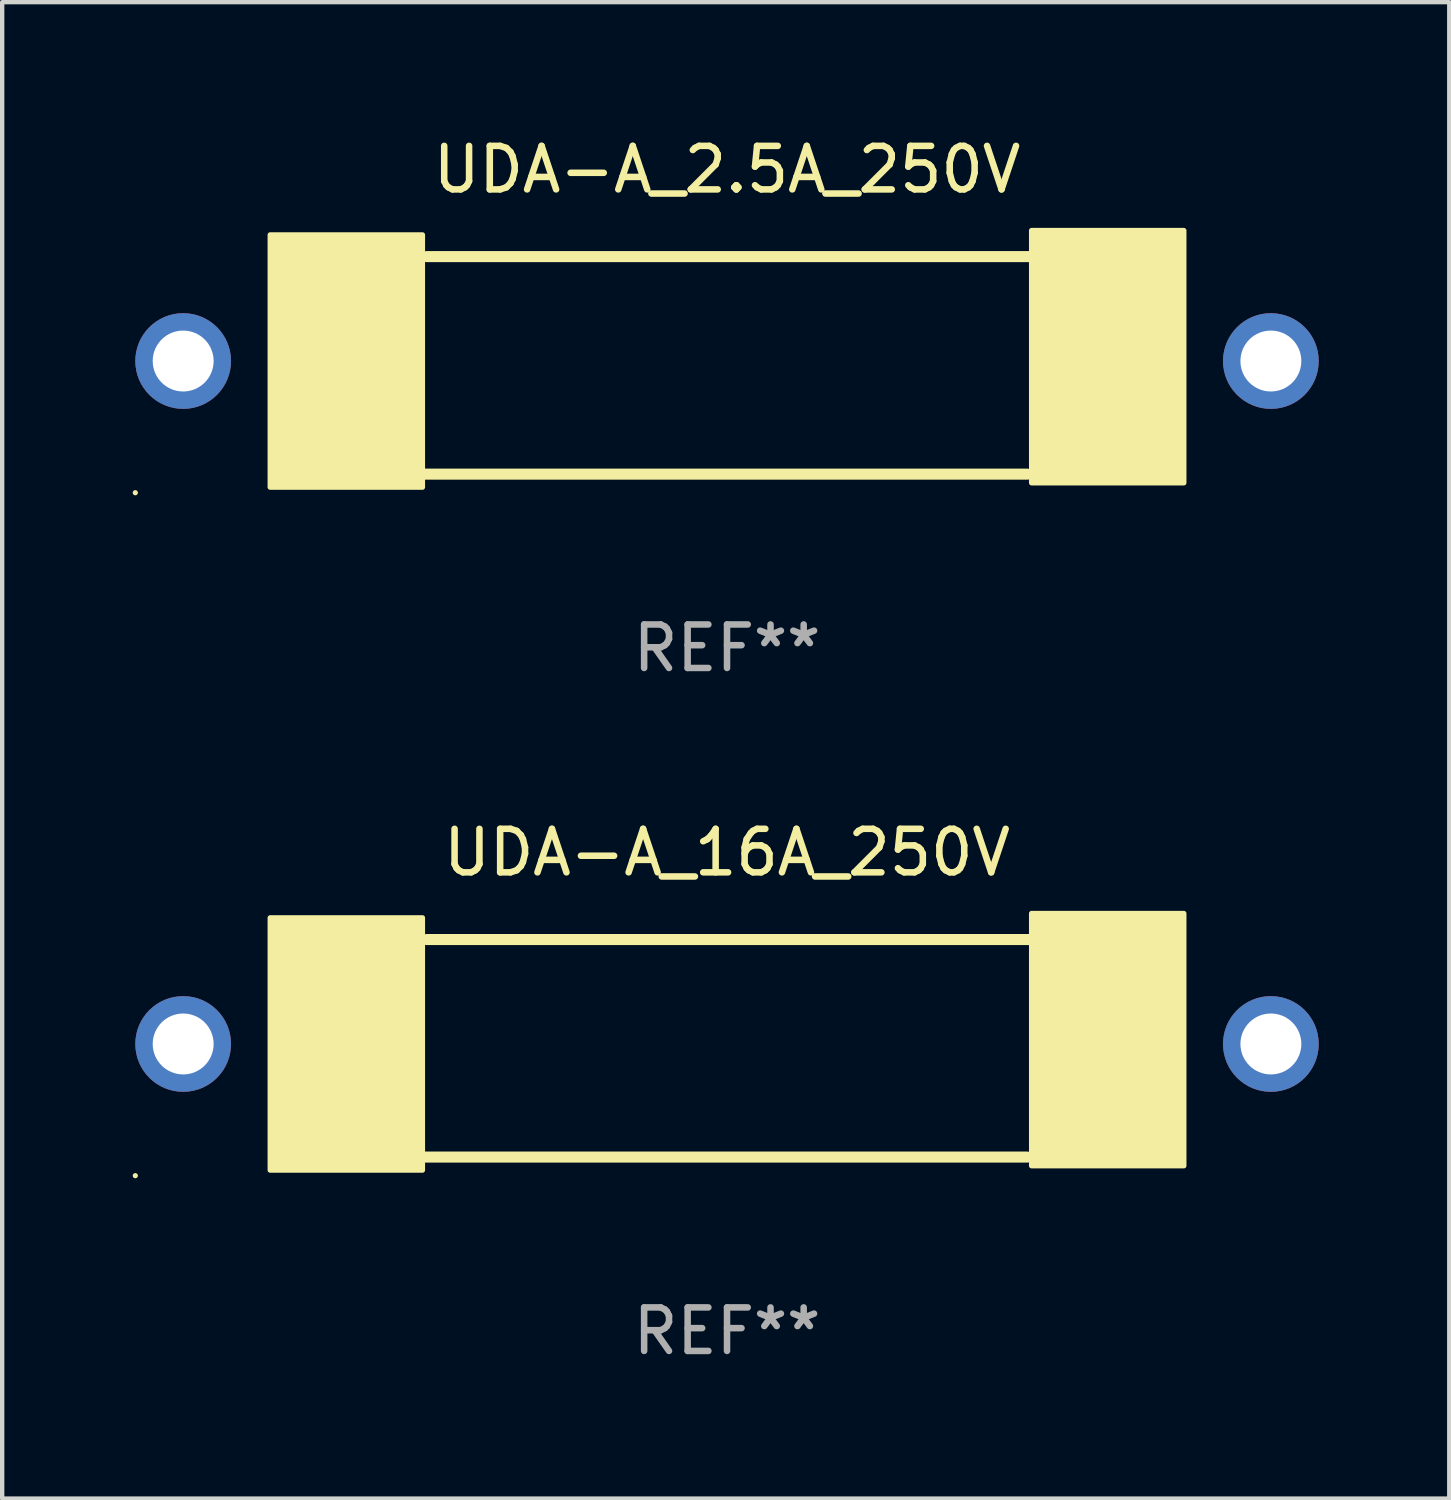
<source format=kicad_pcb>
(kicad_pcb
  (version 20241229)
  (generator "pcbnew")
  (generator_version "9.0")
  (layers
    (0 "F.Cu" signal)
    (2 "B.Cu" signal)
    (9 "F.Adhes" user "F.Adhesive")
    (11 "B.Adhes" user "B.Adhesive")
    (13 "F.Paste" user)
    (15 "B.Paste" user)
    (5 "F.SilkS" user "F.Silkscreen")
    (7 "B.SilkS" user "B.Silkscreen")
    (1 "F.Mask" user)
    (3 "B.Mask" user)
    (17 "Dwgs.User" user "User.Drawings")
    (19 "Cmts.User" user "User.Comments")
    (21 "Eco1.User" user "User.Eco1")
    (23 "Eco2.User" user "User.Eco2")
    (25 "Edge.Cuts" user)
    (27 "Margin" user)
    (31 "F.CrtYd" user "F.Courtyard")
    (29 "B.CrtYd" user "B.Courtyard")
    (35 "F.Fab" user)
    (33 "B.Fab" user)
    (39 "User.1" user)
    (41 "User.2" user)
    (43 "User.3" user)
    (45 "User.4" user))
  (footprint "UDA-A_2.5A_250V"
    (layer "F.Cu")
    (at 13.66 5.348)
    (property "Reference" "UDA-A_2.5A_250V" (at 0 -4.5 0) (layer "F.SilkS") (effects (font (size 1 1) (thickness 0.15))))
    (attr through_hole)
    (fp_line (start -7 2.5) (end 6.9 2.5) (stroke (width 0.254) (type solid)) (layer "F.SilkS"))
    (fp_line (start -6.9 -2.5) (end 7 -2.5) (stroke (width 0.254) (type solid)) (layer "F.SilkS"))
    (fp_circle (center -13.6 2.927) (end -13.57 2.927) (stroke (width 0.06) (type solid)) (fill no) (layer "F.SilkS"))
    (fp_poly (pts (xy -10.5 -3) (xy -7 -3) (xy -7 2.8) (xy -10.5 2.8)) (stroke (width 0.12) (type solid)) (fill yes) (layer "F.SilkS"))
    (fp_poly (pts (xy 7 -3.1) (xy 10.5 -3.1) (xy 10.5 2.7) (xy 7 2.7)) (stroke (width 0.12) (type solid)) (fill yes) (layer "F.SilkS"))
    (fp_text user "REF**" (at 0 6.5 0) (layer "F.Fab") (effects (font (size 1 1) (thickness 0.15))))
    (pad "1" thru_hole circle (at -12.5 -0.1) (size 2.2 2.2) (drill 1.4) (layers "*.Cu" "*.Mask"))
    (pad "2" thru_hole circle (at 12.5 -0.1) (size 2.2 2.2) (drill 1.4) (layers "*.Cu" "*.Mask")))
  (footprint "UDA-A_16A_250V"
    (layer "F.Cu")
    (at 13.66 21.045)
    (property "Reference" "UDA-A_16A_250V" (at 0 -4.5 0) (layer "F.SilkS") (effects (font (size 1 1) (thickness 0.15))))
    (attr through_hole)
    (fp_line (start -7 2.5) (end 6.9 2.5) (stroke (width 0.254) (type solid)) (layer "F.SilkS"))
    (fp_line (start -6.9 -2.5) (end 7 -2.5) (stroke (width 0.254) (type solid)) (layer "F.SilkS"))
    (fp_circle (center -13.6 2.927) (end -13.57 2.927) (stroke (width 0.06) (type solid)) (fill no) (layer "F.SilkS"))
    (fp_poly (pts (xy -10.5 -3) (xy -7 -3) (xy -7 2.8) (xy -10.5 2.8)) (stroke (width 0.12) (type solid)) (fill yes) (layer "F.SilkS"))
    (fp_poly (pts (xy 7 -3.1) (xy 10.5 -3.1) (xy 10.5 2.7) (xy 7 2.7)) (stroke (width 0.12) (type solid)) (fill yes) (layer "F.SilkS"))
    (fp_text user "REF**" (at 0 6.5 0) (layer "F.Fab") (effects (font (size 1 1) (thickness 0.15))))
    (pad "1" thru_hole circle (at -12.5 -0.1) (size 2.2 2.2) (drill 1.4) (layers "*.Cu" "*.Mask"))
    (pad "2" thru_hole circle (at 12.5 -0.1) (size 2.2 2.2) (drill 1.4) (layers "*.Cu" "*.Mask")))
  (gr_rect
    (start -3 -3)
    (end 30.26 31.393)
    (stroke (width 0.1) (type default))
    (fill no)
    (layer "Edge.Cuts")))
</source>
